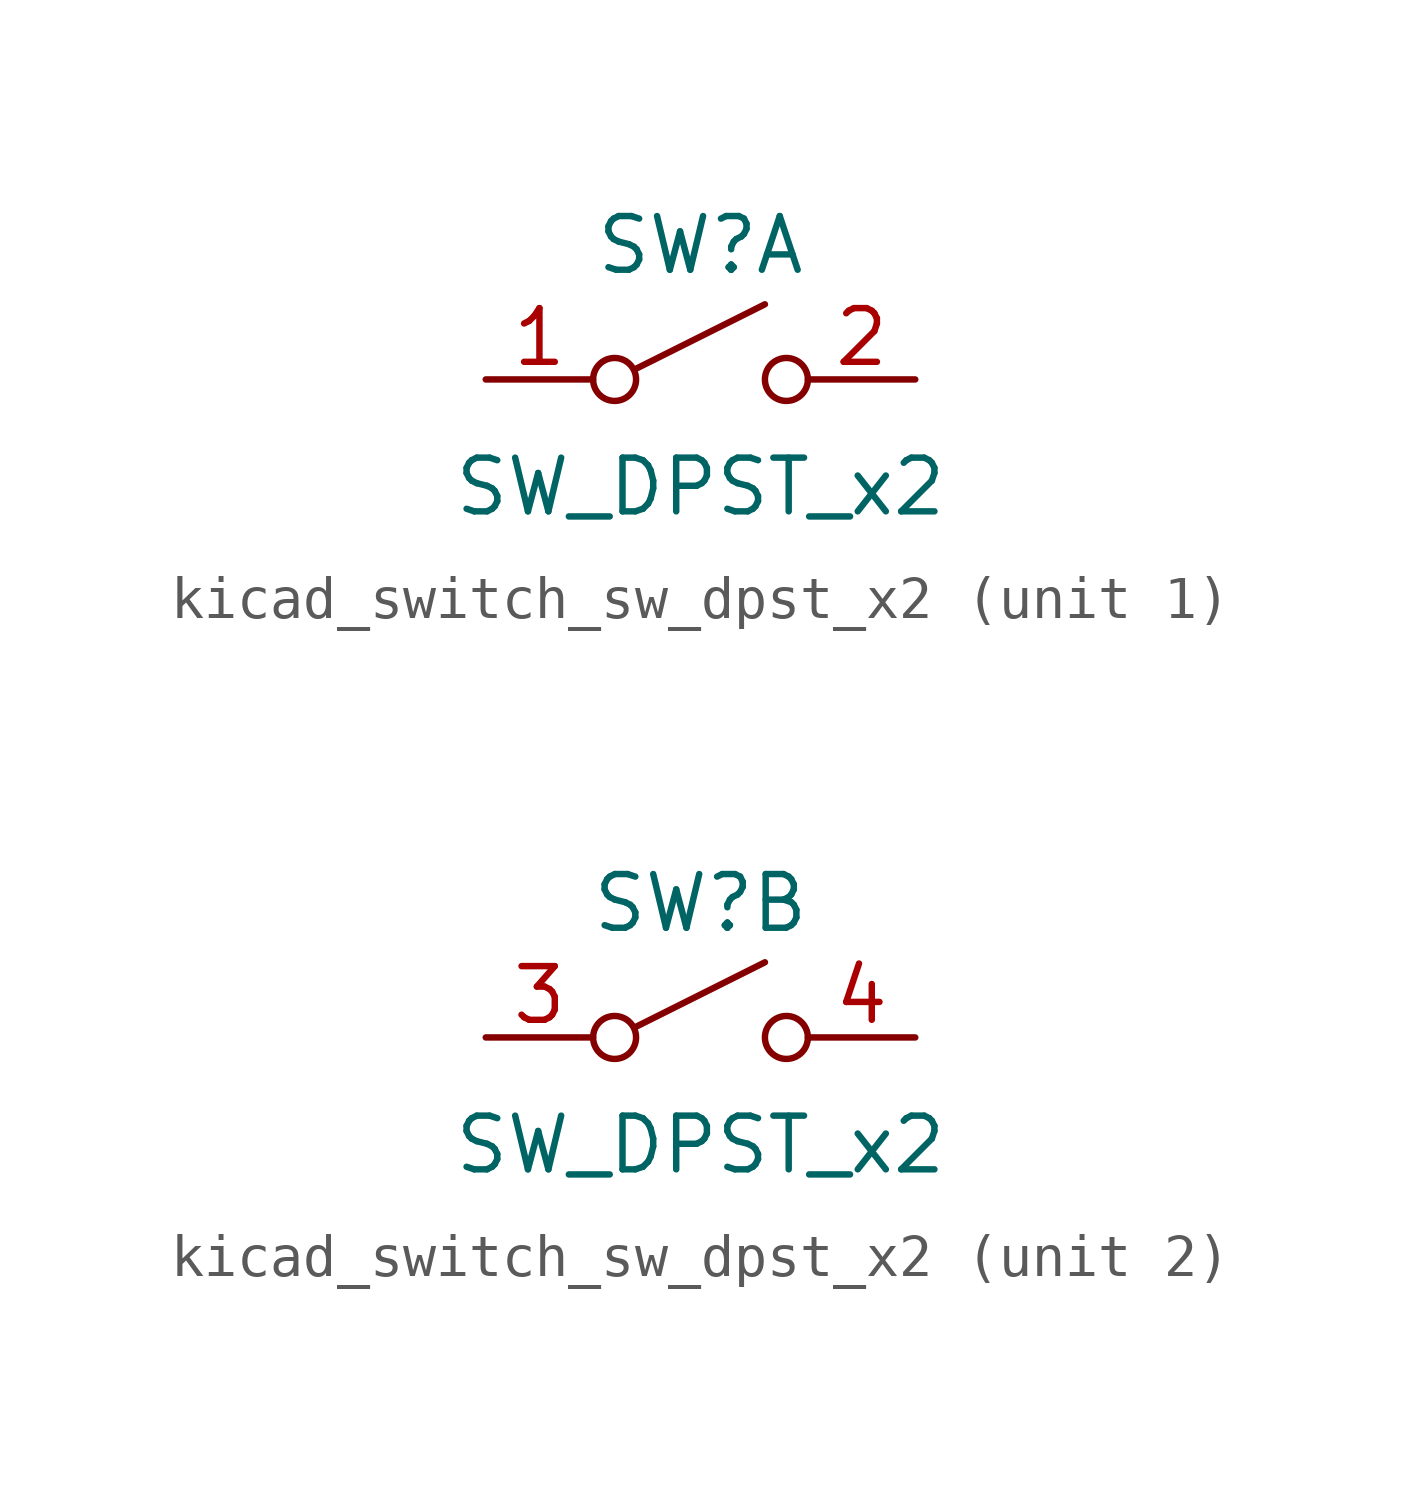
<source format=kicad_sym>
(kicad_symbol_lib
  (version 20220914)
  (generator kicad_symbol_editor)
  (symbol "kicad_switch_sw_dpst_x2"
    (pin_names
      (offset 0) hide)
    (property "Reference" "SW"
      (at 0 3.175 0)
      (effects (font (size 1.27 1.27))))
    (property "Value" "SW_DPST_x2"
      (at 0 -2.54 0)
      (effects (font (size 1.27 1.27))))
    (symbol "kicad_switch_sw_dpst_x2_0_0"
      (circle (center -2.032 0) (radius 0.508) (stroke (width 0) (type default)) (fill (type none)))
      (polyline (pts (xy -1.524 0.254) (xy 1.524 1.778)) (stroke (width 0) (type default)) (fill (type none)))
      (circle (center 2.032 0) (radius 0.508) (stroke (width 0) (type default)) (fill (type none))))
    (symbol "kicad_switch_sw_dpst_x2_1_1"
      (pin passive line (at -5.08 0 0) (length 2.54) (name "A" (effects (font (size 1.27 1.27)))) (number "1" (effects (font (size 1.27 1.27)))))
      (pin passive line (at 5.08 0 180) (length 2.54) (name "B" (effects (font (size 1.27 1.27)))) (number "2" (effects (font (size 1.27 1.27))))))
    (symbol "kicad_switch_sw_dpst_x2_2_1"
      (pin passive line (at -5.08 0 0) (length 2.54) (name "A" (effects (font (size 1.27 1.27)))) (number "3" (effects (font (size 1.27 1.27)))))
      (pin passive line (at 5.08 0 180) (length 2.54) (name "B" (effects (font (size 1.27 1.27)))) (number "4" (effects (font (size 1.27 1.27))))))))
</source>
